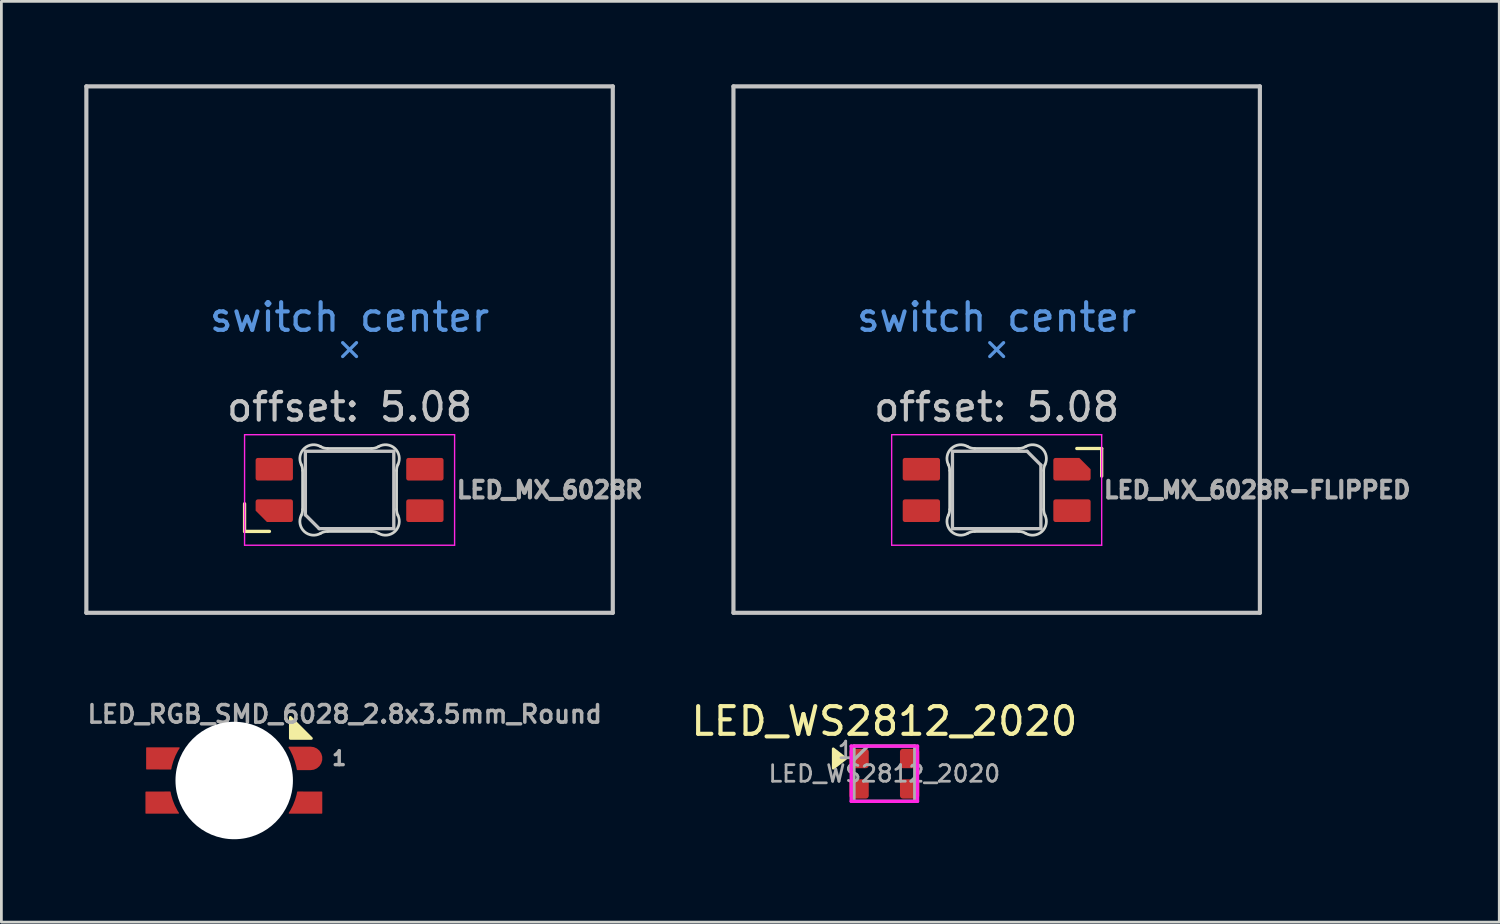
<source format=kicad_pcb>
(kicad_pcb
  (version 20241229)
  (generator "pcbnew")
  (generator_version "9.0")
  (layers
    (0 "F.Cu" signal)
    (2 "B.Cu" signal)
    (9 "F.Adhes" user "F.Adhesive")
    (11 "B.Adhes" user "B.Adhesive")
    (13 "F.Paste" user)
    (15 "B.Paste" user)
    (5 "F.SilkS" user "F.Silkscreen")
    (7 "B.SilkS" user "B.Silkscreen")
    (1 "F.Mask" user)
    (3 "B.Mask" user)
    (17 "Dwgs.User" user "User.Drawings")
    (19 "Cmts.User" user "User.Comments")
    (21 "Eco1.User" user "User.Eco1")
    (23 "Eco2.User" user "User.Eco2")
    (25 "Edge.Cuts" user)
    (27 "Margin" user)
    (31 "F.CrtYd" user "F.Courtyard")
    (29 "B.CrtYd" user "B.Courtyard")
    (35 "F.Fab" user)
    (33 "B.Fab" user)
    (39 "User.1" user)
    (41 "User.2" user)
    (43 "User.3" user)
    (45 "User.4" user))
  (footprint "LED_RGB_SMD_6028_2.8x3.5mm_Round"
    (layer "F.Cu")
    (at 5.425 25.194)
    (property "Reference" "LED_RGB_SMD_6028_2.8x3.5mm_Round" (at 4 -2.4 0) (layer "F.Fab") (effects (font (size 0.635 0.635) (thickness 0.127))))
    (attr smd)
    (fp_poly (pts (xy 2.794 -1.524) (xy 2.032 -1.524) (xy 2.032 -2.286)) (stroke (width 0.1) (type solid)) (fill yes) (layer "F.SilkS"))
    (fp_text user "1" (at 3.8 -0.8 0) (layer "F.Fab") (effects (font (size 0.5 0.5) (thickness 0.125))))
    (pad "" np_thru_hole circle (at 0 0 180) (size 4.25 4.25) (drill 4.25) (layers "*.Cu" "*.Mask"))
    (pad "1" smd custom (at -2.667 0.8 180) (size 0.5 0.5) (layers "F.Cu" "F.Mask" "F.Paste") (options (anchor circle)) (primitives (gr_arc (start -0.65 -0.38) (mid -0.463395 -0.017573) (end -0.347667 0.3733) (width 0.04)) (gr_line (start 0.525 0.38) (end -0.346 0.383) (width 0.04)) (gr_line (start 0.525 0.38) (end 0.525 -0.38) (width 0.04)) (gr_poly (pts (xy 0.525 0.375) (xy -0.325 0.375) (xy -0.425 0.025) (xy -0.625 -0.375) (xy 0.525 -0.375)) (width 0.04) (fill yes)) (gr_line (start 0.525 -0.38) (end -0.65 -0.38) (width 0.04))))
    (pad "2" smd custom (at -2.642 -0.8 180) (size 0.5 0.5) (layers "F.Cu" "F.Mask" "F.Paste") (options (anchor circle)) (primitives (gr_arc (start -0.346215 -0.380753) (mid -0.460581 0.010524) (end -0.645922 0.373603) (width 0.04)) (gr_line (start 0.525 -0.38) (end -0.346 -0.383) (width 0.04)) (gr_line (start 0.525 -0.38) (end 0.525 0.38) (width 0.04)) (gr_poly (pts (xy 0.525 0.375) (xy -0.625 0.375) (xy -0.425 -0.025) (xy -0.325 -0.375) (xy 0.525 -0.375)) (width 0.04) (fill yes)) (gr_line (start 0.525 0.38) (end -0.65 0.38) (width 0.04))))
    (pad "3" smd custom (at 2.565 -0.8) (size 0.5 0.5) (layers "F.Cu" "F.Mask" "F.Paste") (options (anchor circle)) (primitives (gr_poly (pts (xy 0.175 0.4) (xy -0.25 0.4) (xy -0.3 0.25) (xy -0.35 0.025) (xy -0.45 -0.2) (xy -0.55 -0.4) (xy 0.175 -0.4)) (width 0.04) (fill yes)) (gr_line (start -0.575 -0.4) (end 0.2 -0.4) (width 0.05)) (gr_arc (start -0.575704 -0.399073) (mid -0.388823 -0.015433) (end -0.275701 0.396037) (width 0.05)) (gr_arc (start 0.2 -0.4) (mid 0.6 0) (end 0.2 0.4) (width 0.05)) (gr_circle (center 0.2 0) (end 0.4 0) (width 0.4) (fill no)) (gr_line (start -0.275 0.4) (end 0.2 0.4) (width 0.05))))
    (pad "4" smd custom (at 2.642 0.8) (size 0.5 0.5) (layers "F.Cu" "F.Mask" "F.Paste") (options (anchor circle)) (primitives (gr_arc (start -0.346215 -0.380753) (mid -0.460581 0.010524) (end -0.645922 0.373603) (width 0.04)) (gr_line (start 0.525 -0.38) (end -0.346 -0.383) (width 0.04)) (gr_line (start 0.525 -0.38) (end 0.525 0.38) (width 0.04)) (gr_poly (pts (xy 0.525 0.375) (xy -0.625 0.375) (xy -0.425 -0.025) (xy -0.325 -0.375) (xy 0.525 -0.375)) (width 0.04) (fill yes)) (gr_line (start 0.525 0.38) (end -0.65 0.38) (width 0.04)))))
  (footprint "LED_MX_6028R-FLIPPED"
    (layer "F.Cu")
    (at 33.016 14.68)
    (property "Reference" "LED_MX_6028R-FLIPPED" (at 3.8 0 0) (layer "F.Fab") (effects (font (size 0.6 0.6) (thickness 0.15)) (justify left)))
    (attr smd)
    (fp_line (start 3.8 -1.5) (end 2.9 -1.5) (stroke (width 0.12) (type solid)) (layer "F.SilkS"))
    (fp_line (start 3.8 -0.5) (end 3.8 -1.5) (stroke (width 0.12) (type solid)) (layer "F.SilkS"))
    (fp_line (start -9.525 -14.605) (end -9.525 4.445) (stroke (width 0.15) (type solid)) (layer "Dwgs.User"))
    (fp_line (start -9.525 4.445) (end 9.525 4.445) (stroke (width 0.15) (type solid)) (layer "Dwgs.User"))
    (fp_line (start -1.6 -1.4) (end 1.1 -1.4) (stroke (width 0.12) (type solid)) (layer "Dwgs.User"))
    (fp_line (start -1.6 1.4) (end -1.6 -1.4) (stroke (width 0.12) (type solid)) (layer "Dwgs.User"))
    (fp_line (start 1.6 -0.9) (end 1.1 -1.4) (stroke (width 0.12) (type solid)) (layer "Dwgs.User"))
    (fp_line (start 1.6 -0.9) (end 1.6 1.4) (stroke (width 0.12) (type solid)) (layer "Dwgs.User"))
    (fp_line (start 1.6 1.4) (end -1.6 1.4) (stroke (width 0.12) (type solid)) (layer "Dwgs.User"))
    (fp_line (start 9.525 -14.605) (end -9.525 -14.605) (stroke (width 0.15) (type solid)) (layer "Dwgs.User"))
    (fp_line (start 9.525 4.445) (end 9.525 -14.605) (stroke (width 0.15) (type solid)) (layer "Dwgs.User"))
    (fp_line (start -0.25 -4.83) (end 0 -5.08) (stroke (width 0.12) (type solid)) (layer "Cmts.User"))
    (fp_line (start 0 -5.08) (end -0.25 -5.33) (stroke (width 0.12) (type solid)) (layer "Cmts.User"))
    (fp_line (start 0 -5.08) (end 0.25 -5.33) (stroke (width 0.12) (type solid)) (layer "Cmts.User"))
    (fp_line (start 0.25 -4.83) (end 0 -5.08) (stroke (width 0.12) (type solid)) (layer "Cmts.User"))
    (fp_line (start -1.7 -0.703) (end -1.7 0.703) (stroke (width 0.1) (type solid)) (layer "Edge.Cuts"))
    (fp_line (start -0.794 1.5) (end 0.794 1.5) (stroke (width 0.1) (type solid)) (layer "Edge.Cuts"))
    (fp_line (start 0.794 -1.5) (end -0.794 -1.5) (stroke (width 0.1) (type solid)) (layer "Edge.Cuts"))
    (fp_line (start 1.7 0.703) (end 1.7 -0.703) (stroke (width 0.1) (type solid)) (layer "Edge.Cuts"))
    (fp_arc (start -1.749484 -0.919719) (mid -1.712527 -0.814067) (end -1.699999 -0.702842) (stroke (width 0.1) (type solid)) (layer "Edge.Cuts"))
    (fp_arc (start -1.749484 -0.919719) (mid -1.63807 -1.504033) (end -1.046711 -1.568296) (stroke (width 0.1) (type solid)) (layer "Edge.Cuts"))
    (fp_arc (start -1.699999 0.702843) (mid -1.712527 0.814069) (end -1.749484 0.919721) (stroke (width 0.1) (type solid)) (layer "Edge.Cuts"))
    (fp_arc (start -1.046711 1.5683) (mid -1.638071 1.504036) (end -1.749484 0.919721) (stroke (width 0.1) (type solid)) (layer "Edge.Cuts"))
    (fp_arc (start -1.046711 1.5683) (mid -0.925123 1.517378) (end -0.794453 1.500001) (stroke (width 0.1) (type solid)) (layer "Edge.Cuts"))
    (fp_arc (start -0.794452 -1.499999) (mid -0.925122 -1.517376) (end -1.04671 -1.568298) (stroke (width 0.1) (type solid)) (layer "Edge.Cuts"))
    (fp_arc (start 0.794453 1.5) (mid 0.925123 1.517377) (end 1.046711 1.568299) (stroke (width 0.1) (type solid)) (layer "Edge.Cuts"))
    (fp_arc (start 1.046711 -1.568298) (mid 0.925123 -1.517376) (end 0.794452 -1.499999) (stroke (width 0.1) (type solid)) (layer "Edge.Cuts"))
    (fp_arc (start 1.046711 -1.568298) (mid 1.638072 -1.504034) (end 1.749484 -0.919718) (stroke (width 0.1) (type solid)) (layer "Edge.Cuts"))
    (fp_arc (start 1.699999 -0.702841) (mid 1.712527 -0.814067) (end 1.749484 -0.919719) (stroke (width 0.1) (type solid)) (layer "Edge.Cuts"))
    (fp_arc (start 1.749484 0.919721) (mid 1.63807 1.504035) (end 1.046711 1.568299) (stroke (width 0.1) (type solid)) (layer "Edge.Cuts"))
    (fp_arc (start 1.749484 0.919721) (mid 1.712527 0.814069) (end 1.699999 0.702844) (stroke (width 0.1) (type solid)) (layer "Edge.Cuts"))
    (fp_line (start -3.8 -2) (end 3.8 -2) (stroke (width 0.05) (type solid)) (layer "F.CrtYd"))
    (fp_line (start -3.8 2) (end -3.8 -2) (stroke (width 0.05) (type solid)) (layer "F.CrtYd"))
    (fp_line (start 3.8 -2) (end 3.8 2) (stroke (width 0.05) (type solid)) (layer "F.CrtYd"))
    (fp_line (start 3.8 2) (end -3.8 2) (stroke (width 0.05) (type solid)) (layer "F.CrtYd"))
    (fp_text user "offset: 5.08" (at 0 -3 0) (layer "Dwgs.User") (effects (font (size 1 1) (thickness 0.15))))
    (fp_text user "switch center" (at 0 -6.25 0) (layer "Cmts.User") (effects (font (size 1 1) (thickness 0.15))))
    (pad "1" smd roundrect (at -2.725 0.75 270) (size 0.82 1.35) (layers "F.Cu" "F.Mask" "F.Paste") (roundrect_rratio 0.1))
    (pad "2" smd roundrect (at -2.725 -0.75 270) (size 0.82 1.35) (layers "F.Cu" "F.Mask" "F.Paste") (roundrect_rratio 0.1))
    (pad "3" smd roundrect (at 2.725 0.75 270) (size 0.82 1.35) (layers "F.Cu" "F.Mask" "F.Paste") (roundrect_rratio 0.1))
    (pad "4" smd roundrect (at 2.725 -0.75 270) (size 0.82 1.35) (layers "F.Cu" "F.Mask" "F.Paste") (roundrect_rratio 0.1) (chamfer_ratio 0.5) (chamfer top_left)))
  (footprint "LED_WS2812_2020"
    (layer "F.Cu")
    (at 28.952 24.948)
    (property "Reference" "LED_WS2812_2020" (at 0 -1.9 0) (layer "F.SilkS") (effects (font (size 1 1) (thickness 0.15))))
    (attr smd)
    (fp_poly (pts (xy -1.85 -0.9) (xy -1.4 -0.55) (xy -1.85 -0.2)) (stroke (width 0.1) (type solid)) (fill yes) (layer "F.SilkS"))
    (fp_line (start -1.2 -1) (end 1.2 -1) (stroke (width 0.12) (type solid)) (layer "F.CrtYd"))
    (fp_line (start -1.2 1) (end -1.2 -1) (stroke (width 0.12) (type solid)) (layer "F.CrtYd"))
    (fp_line (start 1.2 -1) (end 1.2 1) (stroke (width 0.12) (type solid)) (layer "F.CrtYd"))
    (fp_line (start 1.2 1) (end -1.2 1) (stroke (width 0.12) (type solid)) (layer "F.CrtYd"))
    (fp_line (start -1.1 -1) (end 1.1 -1) (stroke (width 0.12) (type solid)) (layer "F.Fab"))
    (fp_line (start -1.1 -0.5) (end -0.6 -1) (stroke (width 0.12) (type default)) (layer "F.Fab"))
    (fp_line (start -1.1 1) (end -1.1 -1) (stroke (width 0.12) (type solid)) (layer "F.Fab"))
    (fp_line (start 1.1 -1) (end 1.1 1) (stroke (width 0.12) (type solid)) (layer "F.Fab"))
    (fp_line (start 1.1 1) (end -1.1 1) (stroke (width 0.12) (type solid)) (layer "F.Fab"))
    (fp_text user "${REFERENCE}" (at 0 0 0) (layer "F.Fab") (effects (font (size 0.6 0.6) (thickness 0.1) (bold yes))))
    (fp_text user "1" (at -1.75 -0.5 0) (unlocked yes) (layer "F.Fab") (effects (font (size 0.6 0.6) (thickness 0.1) (bold yes)) (justify left bottom)))
    (pad "1" smd roundrect (at -0.915 -0.55) (size 0.7 0.7) (layers "F.Cu" "F.Mask" "F.Paste") (roundrect_rratio 0.15))
    (pad "2" smd roundrect (at -0.915 0.55) (size 0.7 0.7) (layers "F.Cu" "F.Mask" "F.Paste") (roundrect_rratio 0.15))
    (pad "3" smd roundrect (at 0.915 0.55) (size 0.7 0.7) (layers "F.Cu" "F.Mask" "F.Paste") (roundrect_rratio 0.15))
    (pad "4" smd roundrect (at 0.915 -0.55) (size 0.7 0.7) (layers "F.Cu" "F.Mask" "F.Paste") (roundrect_rratio 0.15)))
  (footprint "LED_MX_6028R"
    (layer "F.Cu")
    (at 9.6 14.68)
    (property "Reference" "LED_MX_6028R" (at 3.8 0 0) (layer "F.Fab") (effects (font (size 0.6 0.6) (thickness 0.15)) (justify left)))
    (attr smd)
    (fp_line (start -3.8 0.5) (end -3.8 1.5) (stroke (width 0.12) (type solid)) (layer "F.SilkS"))
    (fp_line (start -3.8 1.5) (end -2.9 1.5) (stroke (width 0.12) (type solid)) (layer "F.SilkS"))
    (fp_line (start -9.525 -14.605) (end -9.525 4.445) (stroke (width 0.15) (type solid)) (layer "Dwgs.User"))
    (fp_line (start -9.525 4.445) (end 9.525 4.445) (stroke (width 0.15) (type solid)) (layer "Dwgs.User"))
    (fp_line (start -1.6 -1.4) (end 1.6 -1.4) (stroke (width 0.12) (type solid)) (layer "Dwgs.User"))
    (fp_line (start -1.6 0.9) (end -1.6 -1.4) (stroke (width 0.12) (type solid)) (layer "Dwgs.User"))
    (fp_line (start -1.6 0.9) (end -1.1 1.4) (stroke (width 0.12) (type solid)) (layer "Dwgs.User"))
    (fp_line (start 1.6 -1.4) (end 1.6 1.4) (stroke (width 0.12) (type solid)) (layer "Dwgs.User"))
    (fp_line (start 1.6 1.4) (end -1.1 1.4) (stroke (width 0.12) (type solid)) (layer "Dwgs.User"))
    (fp_line (start 9.525 -14.605) (end -9.525 -14.605) (stroke (width 0.15) (type solid)) (layer "Dwgs.User"))
    (fp_line (start 9.525 4.445) (end 9.525 -14.605) (stroke (width 0.15) (type solid)) (layer "Dwgs.User"))
    (fp_line (start -0.25 -4.83) (end 0 -5.08) (stroke (width 0.12) (type solid)) (layer "Cmts.User"))
    (fp_line (start 0 -5.08) (end -0.25 -5.33) (stroke (width 0.12) (type solid)) (layer "Cmts.User"))
    (fp_line (start 0 -5.08) (end 0.25 -5.33) (stroke (width 0.12) (type solid)) (layer "Cmts.User"))
    (fp_line (start 0.25 -4.83) (end 0 -5.08) (stroke (width 0.12) (type solid)) (layer "Cmts.User"))
    (fp_line (start -1.7 -0.703) (end -1.7 0.703) (stroke (width 0.1) (type solid)) (layer "Edge.Cuts"))
    (fp_line (start -0.794 1.5) (end 0.794 1.5) (stroke (width 0.1) (type solid)) (layer "Edge.Cuts"))
    (fp_line (start 0.794 -1.5) (end -0.794 -1.5) (stroke (width 0.1) (type solid)) (layer "Edge.Cuts"))
    (fp_line (start 1.7 0.703) (end 1.7 -0.703) (stroke (width 0.1) (type solid)) (layer "Edge.Cuts"))
    (fp_arc (start -1.749484 -0.919721) (mid -1.712527 -0.814069) (end -1.699999 -0.702844) (stroke (width 0.1) (type solid)) (layer "Edge.Cuts"))
    (fp_arc (start -1.749484 -0.919721) (mid -1.638071 -1.504036) (end -1.046711 -1.568299) (stroke (width 0.1) (type solid)) (layer "Edge.Cuts"))
    (fp_arc (start -1.699999 0.702841) (mid -1.712527 0.814067) (end -1.749484 0.919719) (stroke (width 0.1) (type solid)) (layer "Edge.Cuts"))
    (fp_arc (start -1.046711 1.568298) (mid -1.638072 1.504034) (end -1.749484 0.919718) (stroke (width 0.1) (type solid)) (layer "Edge.Cuts"))
    (fp_arc (start -1.046711 1.568298) (mid -0.925123 1.517376) (end -0.794452 1.499999) (stroke (width 0.1) (type solid)) (layer "Edge.Cuts"))
    (fp_arc (start -0.794453 -1.5) (mid -0.925123 -1.517377) (end -1.046711 -1.568299) (stroke (width 0.1) (type solid)) (layer "Edge.Cuts"))
    (fp_arc (start 0.794452 1.499999) (mid 0.925122 1.517376) (end 1.04671 1.568298) (stroke (width 0.1) (type solid)) (layer "Edge.Cuts"))
    (fp_arc (start 1.046711 -1.5683) (mid 0.925123 -1.517378) (end 0.794453 -1.500001) (stroke (width 0.1) (type solid)) (layer "Edge.Cuts"))
    (fp_arc (start 1.046711 -1.5683) (mid 1.638071 -1.504036) (end 1.749484 -0.919721) (stroke (width 0.1) (type solid)) (layer "Edge.Cuts"))
    (fp_arc (start 1.699999 -0.702843) (mid 1.712527 -0.814069) (end 1.749484 -0.919721) (stroke (width 0.1) (type solid)) (layer "Edge.Cuts"))
    (fp_arc (start 1.749484 0.919719) (mid 1.63807 1.504033) (end 1.046711 1.568296) (stroke (width 0.1) (type solid)) (layer "Edge.Cuts"))
    (fp_arc (start 1.749484 0.919719) (mid 1.712527 0.814067) (end 1.699999 0.702842) (stroke (width 0.1) (type solid)) (layer "Edge.Cuts"))
    (fp_line (start -3.8 -2) (end 3.8 -2) (stroke (width 0.05) (type solid)) (layer "F.CrtYd"))
    (fp_line (start -3.8 2) (end -3.8 -2) (stroke (width 0.05) (type solid)) (layer "F.CrtYd"))
    (fp_line (start 3.8 -2) (end 3.8 2) (stroke (width 0.05) (type solid)) (layer "F.CrtYd"))
    (fp_line (start 3.8 2) (end -3.8 2) (stroke (width 0.05) (type solid)) (layer "F.CrtYd"))
    (fp_text user "offset: 5.08" (at 0 -3 0) (layer "Dwgs.User") (effects (font (size 1 1) (thickness 0.15))))
    (fp_text user "switch center" (at 0 -6.25 0) (layer "Cmts.User") (effects (font (size 1 1) (thickness 0.15))))
    (pad "1" smd roundrect (at 2.725 -0.75 90) (size 0.82 1.35) (layers "F.Cu" "F.Mask" "F.Paste") (roundrect_rratio 0.1))
    (pad "2" smd roundrect (at 2.725 0.75 90) (size 0.82 1.35) (layers "F.Cu" "F.Mask" "F.Paste") (roundrect_rratio 0.1))
    (pad "3" smd roundrect (at -2.725 -0.75 90) (size 0.82 1.35) (layers "F.Cu" "F.Mask" "F.Paste") (roundrect_rratio 0.1))
    (pad "4" smd roundrect (at -2.725 0.75 90) (size 0.82 1.35) (layers "F.Cu" "F.Mask" "F.Paste") (roundrect_rratio 0.1) (chamfer_ratio 0.5) (chamfer top_left)))
  (gr_rect
    (start -3 -3)
    (end 51.203 30.319)
    (stroke (width 0.1) (type default))
    (fill no)
    (layer "Edge.Cuts")))
</source>
